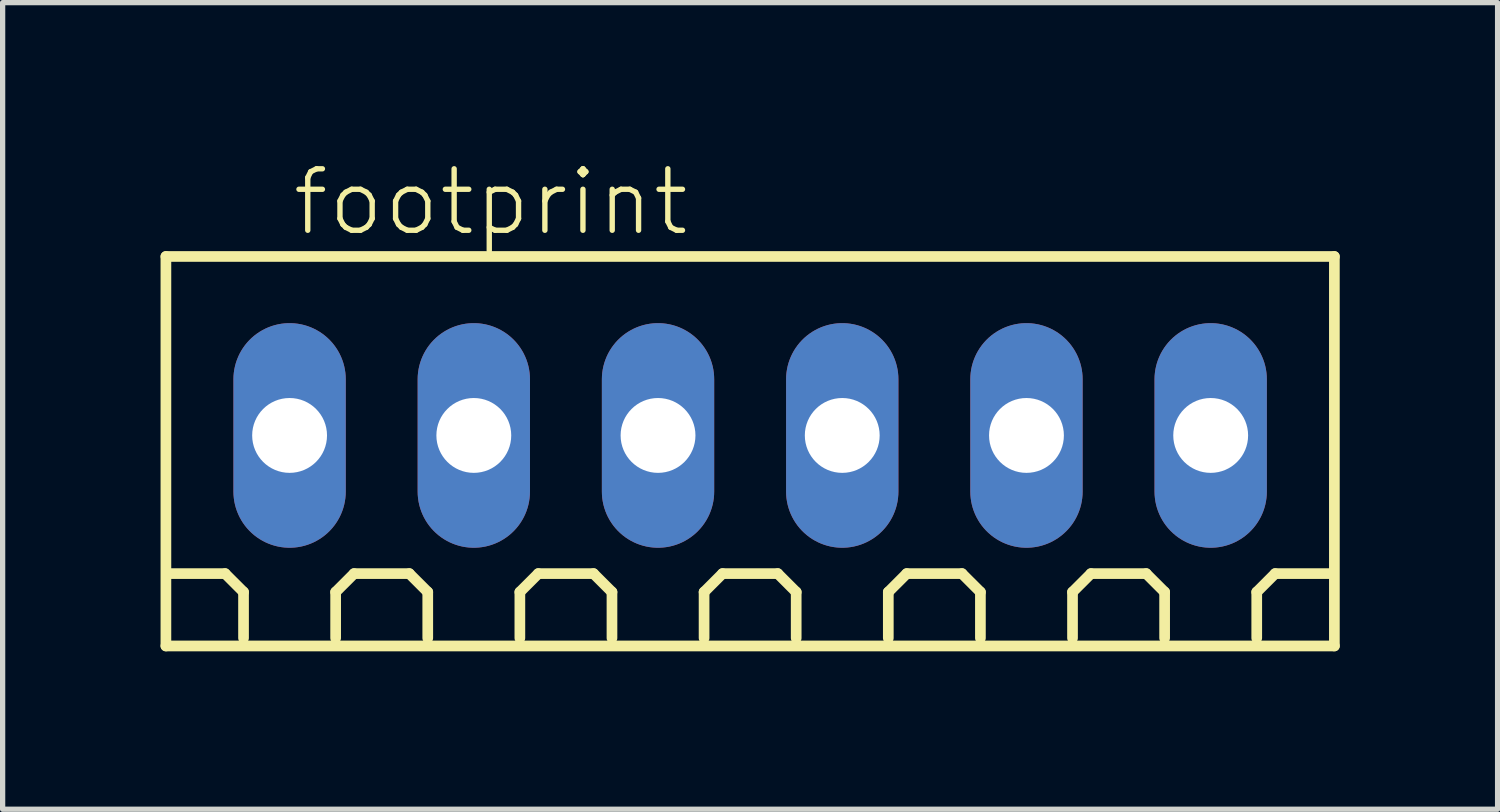
<source format=kicad_pcb>
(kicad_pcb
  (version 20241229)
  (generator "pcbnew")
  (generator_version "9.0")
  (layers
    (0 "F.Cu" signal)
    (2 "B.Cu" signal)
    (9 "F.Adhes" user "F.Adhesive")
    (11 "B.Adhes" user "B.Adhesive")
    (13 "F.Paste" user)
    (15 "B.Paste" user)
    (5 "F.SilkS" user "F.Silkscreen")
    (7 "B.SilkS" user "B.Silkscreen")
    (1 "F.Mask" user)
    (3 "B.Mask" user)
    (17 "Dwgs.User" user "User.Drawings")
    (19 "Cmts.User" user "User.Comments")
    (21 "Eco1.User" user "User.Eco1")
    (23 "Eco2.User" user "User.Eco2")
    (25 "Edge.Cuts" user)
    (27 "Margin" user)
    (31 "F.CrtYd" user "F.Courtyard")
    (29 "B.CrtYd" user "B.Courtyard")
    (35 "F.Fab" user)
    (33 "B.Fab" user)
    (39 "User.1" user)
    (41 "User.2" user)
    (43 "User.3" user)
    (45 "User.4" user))
  (footprint "footprint"
    (layer "F.Cu")
    (at 11.202 5.223)
    (property "Reference" "footprint" (at -8.75 -3.75 0) (layer "F.SilkS") (effects (font (size 1.168 1.168) (thickness 0.102)) (justify left bottom)))
    (fp_line (start -11.1 -3.4) (end 11.1 -3.4) (stroke (width 0.203) (type solid)) (layer "F.SilkS"))
    (fp_line (start -11.1 4) (end -11.1 -3.4) (stroke (width 0.203) (type solid)) (layer "F.SilkS"))
    (fp_line (start -9.975 2.625) (end -11.025 2.625) (stroke (width 0.203) (type solid)) (layer "F.SilkS"))
    (fp_line (start -9.625 2.975) (end -9.975 2.625) (stroke (width 0.203) (type solid)) (layer "F.SilkS"))
    (fp_line (start -9.625 3.85) (end -9.625 2.975) (stroke (width 0.203) (type solid)) (layer "F.SilkS"))
    (fp_line (start -7.875 2.975) (end -7.525 2.625) (stroke (width 0.203) (type solid)) (layer "F.SilkS"))
    (fp_line (start -7.875 3.85) (end -7.875 2.975) (stroke (width 0.203) (type solid)) (layer "F.SilkS"))
    (fp_line (start -7.525 2.625) (end -6.475 2.625) (stroke (width 0.203) (type solid)) (layer "F.SilkS"))
    (fp_line (start -6.475 2.625) (end -6.125 2.975) (stroke (width 0.203) (type solid)) (layer "F.SilkS"))
    (fp_line (start -6.125 2.975) (end -6.125 3.85) (stroke (width 0.203) (type solid)) (layer "F.SilkS"))
    (fp_line (start -4.375 2.975) (end -4.025 2.625) (stroke (width 0.203) (type solid)) (layer "F.SilkS"))
    (fp_line (start -4.375 3.85) (end -4.375 2.975) (stroke (width 0.203) (type solid)) (layer "F.SilkS"))
    (fp_line (start -4.025 2.625) (end -2.975 2.625) (stroke (width 0.203) (type solid)) (layer "F.SilkS"))
    (fp_line (start -2.975 2.625) (end -2.625 2.975) (stroke (width 0.203) (type solid)) (layer "F.SilkS"))
    (fp_line (start -2.625 2.975) (end -2.625 3.85) (stroke (width 0.203) (type solid)) (layer "F.SilkS"))
    (fp_line (start -0.875 2.975) (end -0.525 2.625) (stroke (width 0.203) (type solid)) (layer "F.SilkS"))
    (fp_line (start -0.875 3.85) (end -0.875 2.975) (stroke (width 0.203) (type solid)) (layer "F.SilkS"))
    (fp_line (start -0.525 2.625) (end 0.525 2.625) (stroke (width 0.203) (type solid)) (layer "F.SilkS"))
    (fp_line (start 0.525 2.625) (end 0.875 2.975) (stroke (width 0.203) (type solid)) (layer "F.SilkS"))
    (fp_line (start 0.875 2.975) (end 0.875 3.85) (stroke (width 0.203) (type solid)) (layer "F.SilkS"))
    (fp_line (start 2.625 2.975) (end 2.975 2.625) (stroke (width 0.203) (type solid)) (layer "F.SilkS"))
    (fp_line (start 2.625 3.85) (end 2.625 2.975) (stroke (width 0.203) (type solid)) (layer "F.SilkS"))
    (fp_line (start 2.975 2.625) (end 4.025 2.625) (stroke (width 0.203) (type solid)) (layer "F.SilkS"))
    (fp_line (start 4.025 2.625) (end 4.375 2.975) (stroke (width 0.203) (type solid)) (layer "F.SilkS"))
    (fp_line (start 4.375 2.975) (end 4.375 3.85) (stroke (width 0.203) (type solid)) (layer "F.SilkS"))
    (fp_line (start 6.125 2.975) (end 6.475 2.625) (stroke (width 0.203) (type solid)) (layer "F.SilkS"))
    (fp_line (start 6.125 3.85) (end 6.125 2.975) (stroke (width 0.203) (type solid)) (layer "F.SilkS"))
    (fp_line (start 6.475 2.625) (end 7.525 2.625) (stroke (width 0.203) (type solid)) (layer "F.SilkS"))
    (fp_line (start 7.525 2.625) (end 7.875 2.975) (stroke (width 0.203) (type solid)) (layer "F.SilkS"))
    (fp_line (start 7.875 2.975) (end 7.875 3.85) (stroke (width 0.203) (type solid)) (layer "F.SilkS"))
    (fp_line (start 9.625 2.975) (end 9.975 2.625) (stroke (width 0.203) (type solid)) (layer "F.SilkS"))
    (fp_line (start 9.625 3.85) (end 9.625 2.975) (stroke (width 0.203) (type solid)) (layer "F.SilkS"))
    (fp_line (start 9.975 2.625) (end 11.025 2.625) (stroke (width 0.203) (type solid)) (layer "F.SilkS"))
    (fp_line (start 11.1 -3.4) (end 11.1 4) (stroke (width 0.203) (type solid)) (layer "F.SilkS"))
    (fp_line (start 11.1 4) (end -11.1 4) (stroke (width 0.203) (type solid)) (layer "F.SilkS"))
    (pad "1" thru_hole oval (at -8.75 0 90) (size 4.267 2.134) (drill 1.422) (layers "*.Cu" "*.Mask"))
    (pad "2" thru_hole oval (at -5.25 0 90) (size 4.267 2.134) (drill 1.422) (layers "*.Cu" "*.Mask"))
    (pad "3" thru_hole oval (at -1.75 0 90) (size 4.267 2.134) (drill 1.422) (layers "*.Cu" "*.Mask"))
    (pad "4" thru_hole oval (at 1.75 0 90) (size 4.267 2.134) (drill 1.422) (layers "*.Cu" "*.Mask"))
    (pad "5" thru_hole oval (at 5.25 0 90) (size 4.267 2.134) (drill 1.422) (layers "*.Cu" "*.Mask"))
    (pad "6" thru_hole oval (at 8.75 0 90) (size 4.267 2.134) (drill 1.422) (layers "*.Cu" "*.Mask")))
  (gr_rect
    (start -3 -3)
    (end 25.403 12.325)
    (stroke (width 0.1) (type default))
    (fill no)
    (layer "Edge.Cuts")))
</source>
